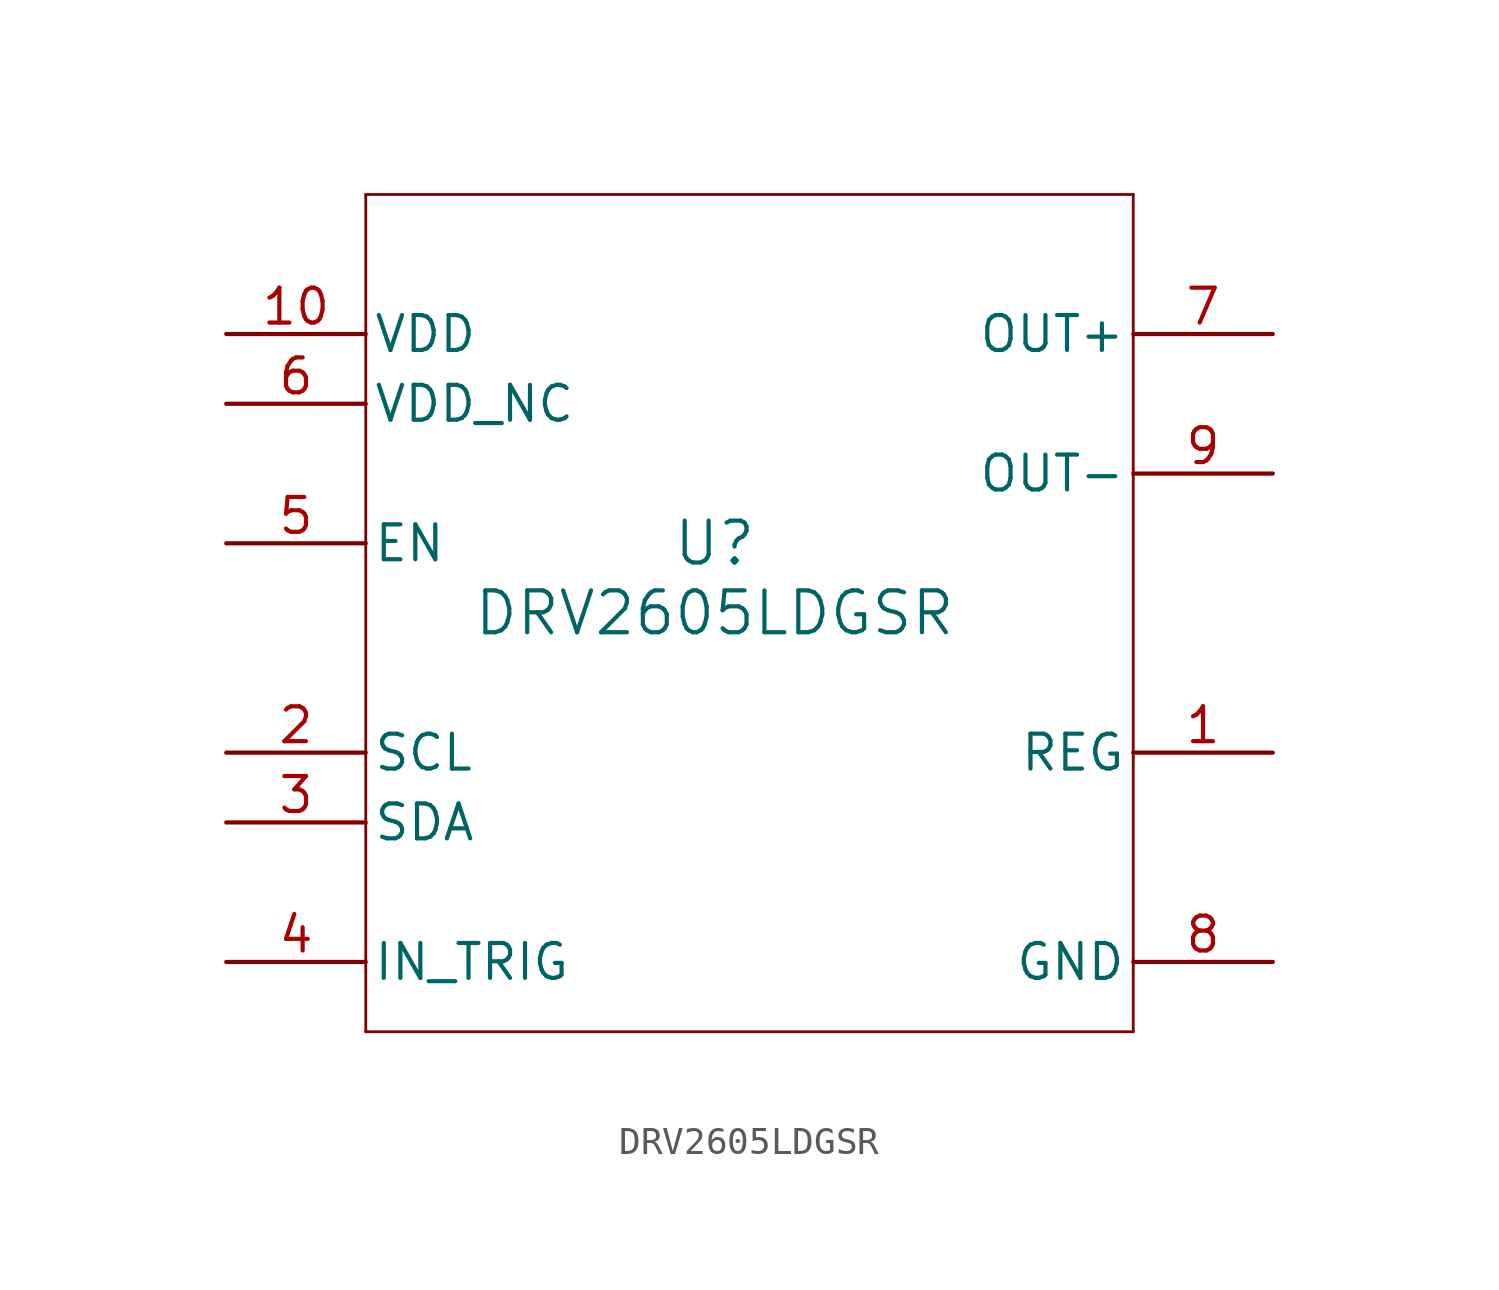
<source format=kicad_sym>
(kicad_symbol_lib
  (version 20220914)
  (generator kicad_symbol_editor)
  (symbol "DRV2605LDGSR"
    (pin_names
      (offset 0.254))
    (property "Reference" "U"
      (at 0 2.54 0)
      (effects (font (size 1.524 1.524))))
    (property "Value" "DRV2605LDGSR"
      (at 0 0 0)
      (effects (font (size 1.524 1.524))))
    (symbol "DRV2605LDGSR_0_1"
      (polyline (pts (xy -12.7 -15.24) (xy 15.24 -15.24)) (stroke (width 0.102) (type default)) (fill (type none)))
      (polyline (pts (xy -12.7 15.24) (xy -12.7 -15.24)) (stroke (width 0.102) (type default)) (fill (type none)))
      (polyline (pts (xy 15.24 -15.24) (xy 15.24 15.24)) (stroke (width 0.102) (type default)) (fill (type none)))
      (polyline (pts (xy 15.24 15.24) (xy -12.7 15.24)) (stroke (width 0.102) (type default)) (fill (type none)))
      (pin power_in line (at 20.32 -5.08 180) (length 5.08) (name "REG" (effects (font (size 1.27 1.27)))) (number "1" (effects (font (size 1.27 1.27)))))
      (pin power_in line (at -17.78 10.16 0) (length 5.08) (name "VDD" (effects (font (size 1.27 1.27)))) (number "10" (effects (font (size 1.27 1.27)))))
      (pin input line (at -17.78 -5.08 0) (length 5.08) (name "SCL" (effects (font (size 1.27 1.27)))) (number "2" (effects (font (size 1.27 1.27)))))
      (pin bidirectional line (at -17.78 -7.62 0) (length 5.08) (name "SDA" (effects (font (size 1.27 1.27)))) (number "3" (effects (font (size 1.27 1.27)))))
      (pin input line (at -17.78 -12.7 0) (length 5.08) (name "IN_TRIG" (effects (font (size 1.27 1.27)))) (number "4" (effects (font (size 1.27 1.27)))))
      (pin input line (at -17.78 2.54 0) (length 5.08) (name "EN" (effects (font (size 1.27 1.27)))) (number "5" (effects (font (size 1.27 1.27)))))
      (pin power_in line (at -17.78 7.62 0) (length 5.08) (name "VDD_NC" (effects (font (size 1.27 1.27)))) (number "6" (effects (font (size 1.27 1.27)))))
      (pin output line (at 20.32 10.16 180) (length 5.08) (name "OUT+" (effects (font (size 1.27 1.27)))) (number "7" (effects (font (size 1.27 1.27)))))
      (pin power_in line (at 20.32 -12.7 180) (length 5.08) (name "GND" (effects (font (size 1.27 1.27)))) (number "8" (effects (font (size 1.27 1.27)))))
      (pin output line (at 20.32 5.08 180) (length 5.08) (name "OUT-" (effects (font (size 1.27 1.27)))) (number "9" (effects (font (size 1.27 1.27))))))))
</source>
